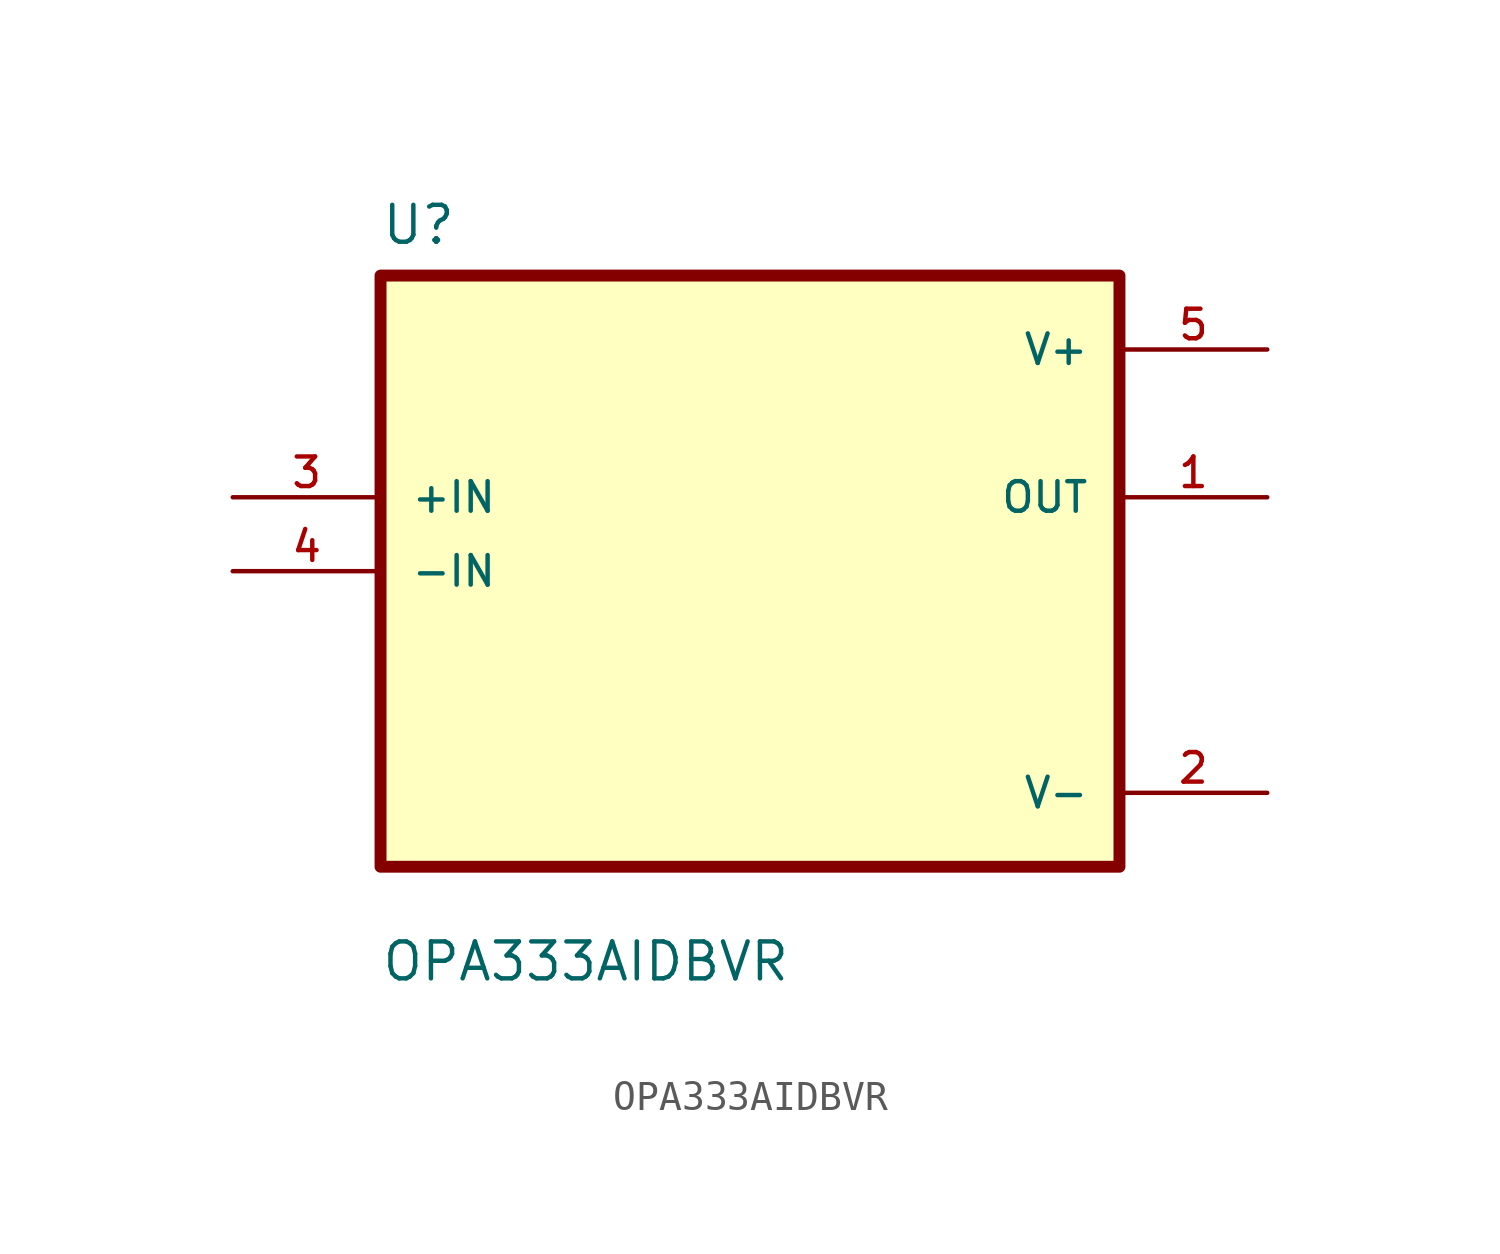
<source format=kicad_sym>
(kicad_symbol_lib
  (version 20231120)
  (generator "kicad_symbol_editor")
  (generator_version "8.0")
  (symbol "OPA333AIDBVR"
    (pin_names
      (offset 1.016))
    (property "Reference" "U"
      (at -12.7 11.16 0)
      (effects (font (size 1.27 1.27)) (justify left bottom)))
    (property "Value" "OPA333AIDBVR"
      (at -12.7 -14.16 0)
      (effects (font (size 1.27 1.27)) (justify left bottom)))
    (symbol "OPA333AIDBVR_0_0"
      (rectangle (start -12.7 -10.16) (end 12.7 10.16) (stroke (width 0.41) (type default)) (fill (type background)))
      (pin output line (at 17.78 2.54 180) (length 5.08) (name "OUT" (effects (font (size 1.016 1.016)))) (number "1" (effects (font (size 1.016 1.016)))))
      (pin power_in line (at 17.78 -7.62 180) (length 5.08) (name "V-" (effects (font (size 1.016 1.016)))) (number "2" (effects (font (size 1.016 1.016)))))
      (pin input line (at -17.78 2.54 0) (length 5.08) (name "+IN" (effects (font (size 1.016 1.016)))) (number "3" (effects (font (size 1.016 1.016)))))
      (pin input line (at -17.78 0 0) (length 5.08) (name "-IN" (effects (font (size 1.016 1.016)))) (number "4" (effects (font (size 1.016 1.016)))))
      (pin power_in line (at 17.78 7.62 180) (length 5.08) (name "V+" (effects (font (size 1.016 1.016)))) (number "5" (effects (font (size 1.016 1.016))))))))
</source>
